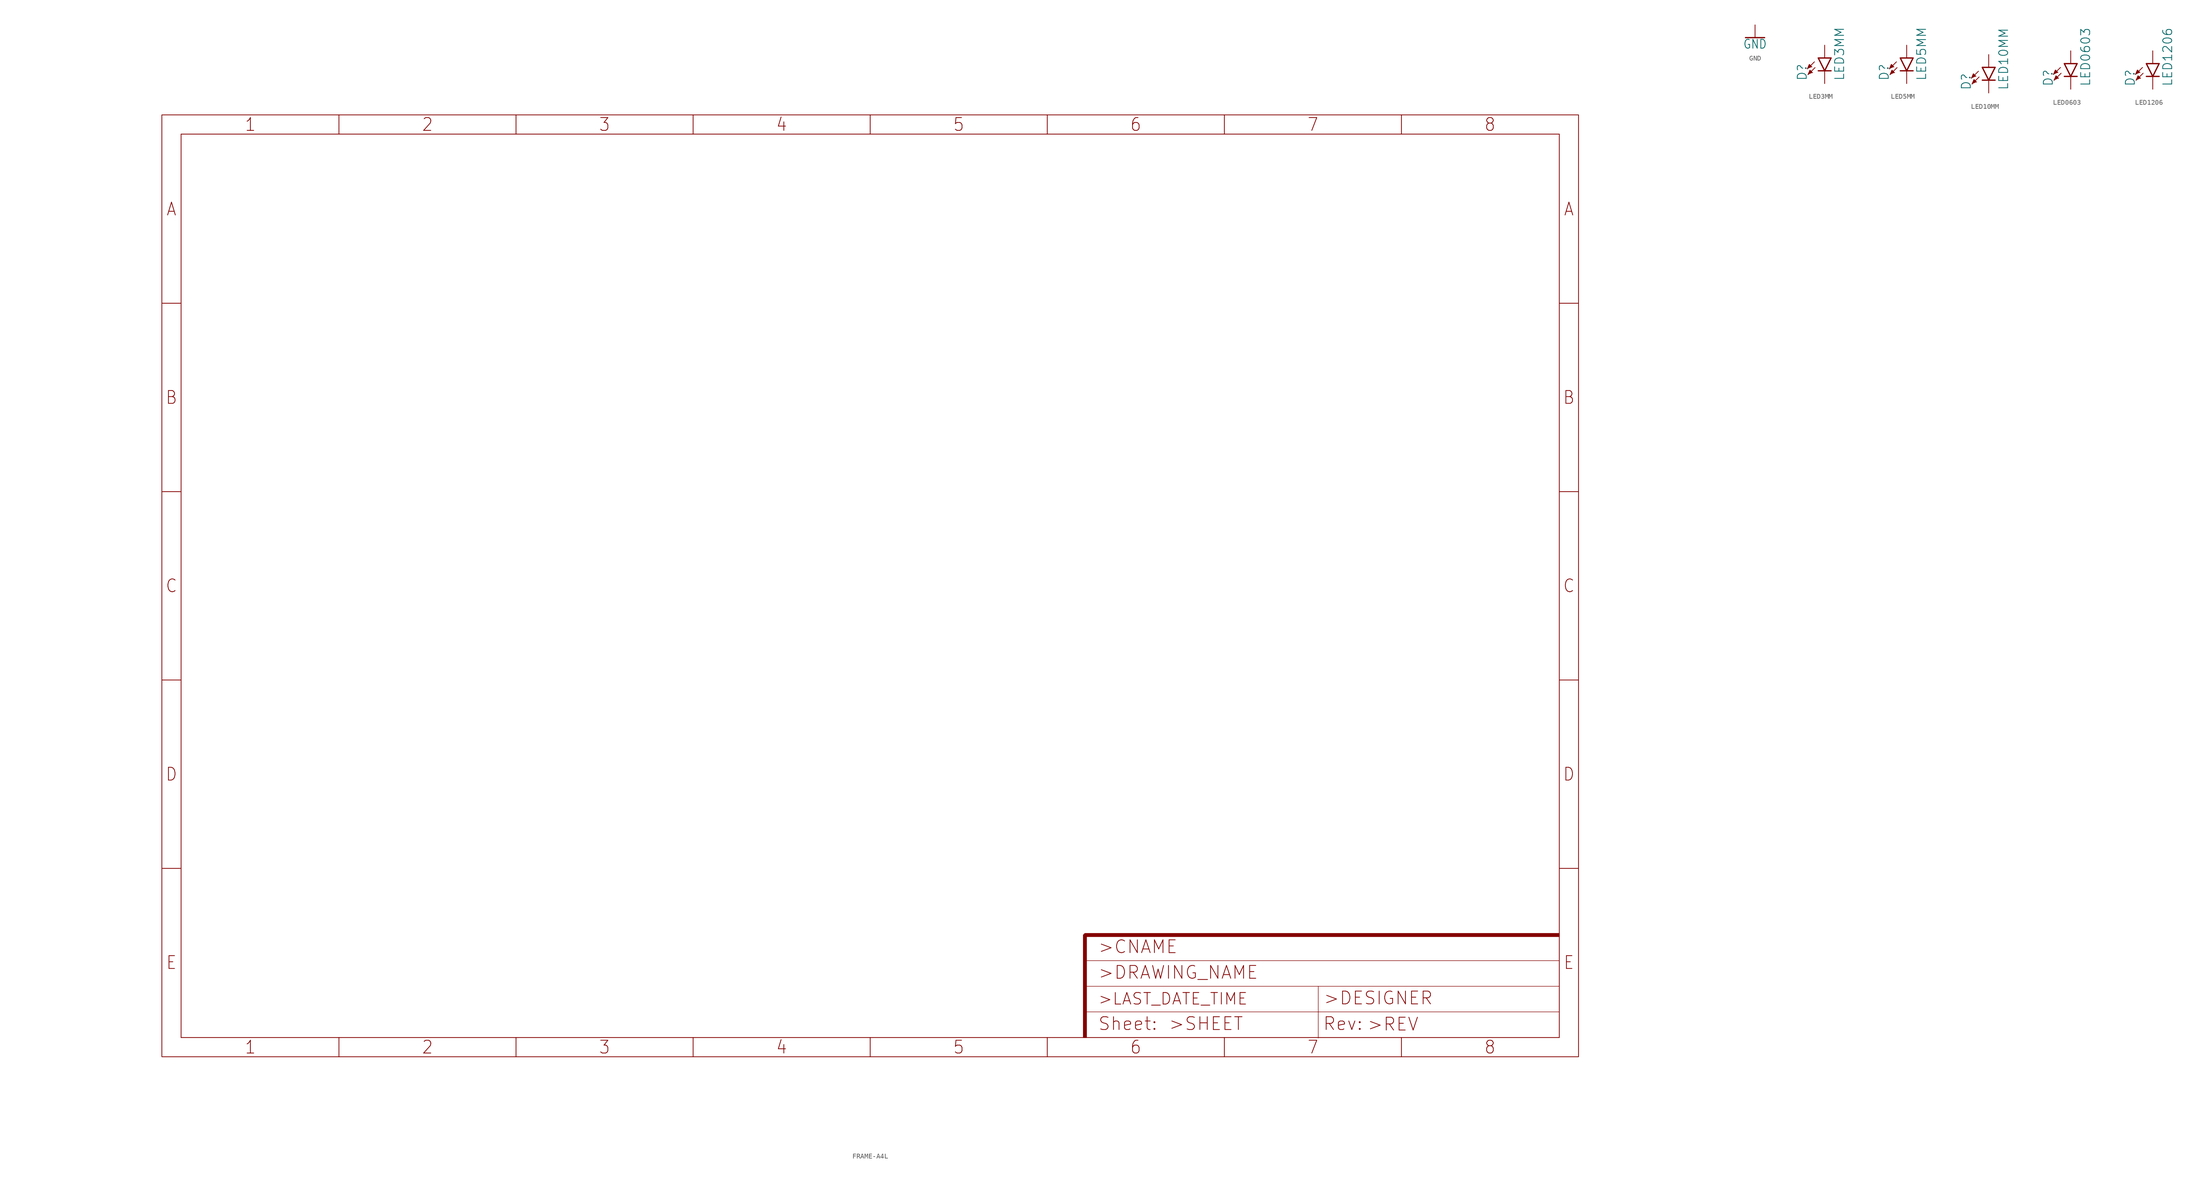
<source format=kicad_sym>
(kicad_symbol_lib
  (version 20211014)
  (generator kicad_symbol_editor)
  (symbol "FRAME-A4L"
    (property "Reference" "#FRAME"
      (at 0 0 0)
      (effects (font (size 1.27 1.27)) hide))
    (property "ki_locked" ""
      (at 0 0 0)
      (effects (font (size 1.27 1.27))))
    (symbol "FRAME-A4L_0_0"
      (polyline (pts (xy -3.81 33.528) (xy 0 33.528)) (stroke (width 0) (type default) (color 0 0 0 0)) (fill (type none)))
      (polyline (pts (xy -3.81 70.866) (xy 0 70.866)) (stroke (width 0) (type default) (color 0 0 0 0)) (fill (type none)))
      (polyline (pts (xy -3.81 108.204) (xy 0 108.204)) (stroke (width 0) (type default) (color 0 0 0 0)) (fill (type none)))
      (polyline (pts (xy -3.81 145.542) (xy 0 145.542)) (stroke (width 0) (type default) (color 0 0 0 0)) (fill (type none)))
      (polyline (pts (xy 0 0) (xy 0 179.07)) (stroke (width 0) (type default) (color 0 0 0 0)) (fill (type none)))
      (polyline (pts (xy 31.274 -3.81) (xy 31.274 0)) (stroke (width 0) (type default) (color 0 0 0 0)) (fill (type none)))
      (polyline (pts (xy 31.274 179.07) (xy 31.274 182.88)) (stroke (width 0) (type default) (color 0 0 0 0)) (fill (type none)))
      (polyline (pts (xy 66.358 -3.81) (xy 66.358 0)) (stroke (width 0) (type default) (color 0 0 0 0)) (fill (type none)))
      (polyline (pts (xy 66.358 179.07) (xy 66.358 182.88)) (stroke (width 0) (type default) (color 0 0 0 0)) (fill (type none)))
      (polyline (pts (xy 101.441 -3.81) (xy 101.441 0)) (stroke (width 0) (type default) (color 0 0 0 0)) (fill (type none)))
      (polyline (pts (xy 101.441 179.07) (xy 101.441 182.88)) (stroke (width 0) (type default) (color 0 0 0 0)) (fill (type none)))
      (polyline (pts (xy 136.525 -3.81) (xy 136.525 0)) (stroke (width 0) (type default) (color 0 0 0 0)) (fill (type none)))
      (polyline (pts (xy 136.525 179.07) (xy 136.525 182.88)) (stroke (width 0) (type default) (color 0 0 0 0)) (fill (type none)))
      (polyline (pts (xy 171.609 -3.81) (xy 171.609 0)) (stroke (width 0) (type default) (color 0 0 0 0)) (fill (type none)))
      (polyline (pts (xy 171.609 179.07) (xy 171.609 182.88)) (stroke (width 0) (type default) (color 0 0 0 0)) (fill (type none)))
      (polyline (pts (xy 206.692 -3.81) (xy 206.692 0)) (stroke (width 0) (type default) (color 0 0 0 0)) (fill (type none)))
      (polyline (pts (xy 206.692 179.07) (xy 206.692 182.88)) (stroke (width 0) (type default) (color 0 0 0 0)) (fill (type none)))
      (polyline (pts (xy 241.776 -3.81) (xy 241.776 0)) (stroke (width 0) (type default) (color 0 0 0 0)) (fill (type none)))
      (polyline (pts (xy 241.776 179.07) (xy 241.776 182.88)) (stroke (width 0) (type default) (color 0 0 0 0)) (fill (type none)))
      (polyline (pts (xy 273.05 0) (xy 0 0)) (stroke (width 0) (type default) (color 0 0 0 0)) (fill (type none)))
      (polyline (pts (xy 273.05 0) (xy 273.05 179.07)) (stroke (width 0) (type default) (color 0 0 0 0)) (fill (type none)))
      (polyline (pts (xy 273.05 33.528) (xy 276.86 33.528)) (stroke (width 0) (type default) (color 0 0 0 0)) (fill (type none)))
      (polyline (pts (xy 273.05 70.866) (xy 276.86 70.866)) (stroke (width 0) (type default) (color 0 0 0 0)) (fill (type none)))
      (polyline (pts (xy 273.05 108.204) (xy 276.86 108.204)) (stroke (width 0) (type default) (color 0 0 0 0)) (fill (type none)))
      (polyline (pts (xy 273.05 145.542) (xy 276.86 145.542)) (stroke (width 0) (type default) (color 0 0 0 0)) (fill (type none)))
      (polyline (pts (xy 273.05 179.07) (xy 0 179.07)) (stroke (width 0) (type default) (color 0 0 0 0)) (fill (type none)))
      (polyline (pts (xy -3.81 -3.81) (xy 276.86 -3.81) (xy 276.86 182.88) (xy -3.81 182.88) (xy -3.81 -3.81)) (stroke (width 0) (type default) (color 0 0 0 0)) (fill (type none)))
      (text "1" (at 13.732 -1.905 0) (effects (font (size 2.54 2.286))))
      (text "1" (at 13.732 180.975 0) (effects (font (size 2.54 2.286))))
      (text "2" (at 48.816 -1.905 0) (effects (font (size 2.54 2.286))))
      (text "2" (at 48.816 180.975 0) (effects (font (size 2.54 2.286))))
      (text "3" (at 83.899 -1.905 0) (effects (font (size 2.54 2.286))))
      (text "3" (at 83.899 180.975 0) (effects (font (size 2.54 2.286))))
      (text "4" (at 118.983 -1.905 0) (effects (font (size 2.54 2.286))))
      (text "4" (at 118.983 180.975 0) (effects (font (size 2.54 2.286))))
      (text "5" (at 154.067 -1.905 0) (effects (font (size 2.54 2.286))))
      (text "5" (at 154.067 180.975 0) (effects (font (size 2.54 2.286))))
      (text "6" (at 189.151 -1.905 0) (effects (font (size 2.54 2.286))))
      (text "6" (at 189.151 180.975 0) (effects (font (size 2.54 2.286))))
      (text "7" (at 224.234 -1.905 0) (effects (font (size 2.54 2.286))))
      (text "7" (at 224.234 180.975 0) (effects (font (size 2.54 2.286))))
      (text "8" (at 259.318 -1.905 0) (effects (font (size 2.54 2.286))))
      (text "8" (at 259.318 180.975 0) (effects (font (size 2.54 2.286))))
      (text "A" (at -1.905 164.211 0) (effects (font (size 2.54 2.286))))
      (text "A" (at 274.955 164.211 0) (effects (font (size 2.54 2.286))))
      (text "B" (at -1.905 126.873 0) (effects (font (size 2.54 2.286))))
      (text "B" (at 274.955 126.873 0) (effects (font (size 2.54 2.286))))
      (text "C" (at -1.905 89.535 0) (effects (font (size 2.54 2.286))))
      (text "C" (at 274.955 89.535 0) (effects (font (size 2.54 2.286))))
      (text "D" (at -1.905 52.197 0) (effects (font (size 2.54 2.286))))
      (text "D" (at 274.955 52.197 0) (effects (font (size 2.54 2.286))))
      (text "E" (at -1.905 14.859 0) (effects (font (size 2.54 2.286))))
      (text "E" (at 274.955 14.859 0) (effects (font (size 2.54 2.286)))))
    (symbol "FRAME-A4L_1_0"
      (polyline (pts (xy 179.07 10.16) (xy 225.29 10.16)) (stroke (width 0.102) (type default) (color 0 0 0 0)) (fill (type none)))
      (polyline (pts (xy 179.07 15.24) (xy 273.05 15.24)) (stroke (width 0.102) (type default) (color 0 0 0 0)) (fill (type none)))
      (polyline (pts (xy 179.07 19.05) (xy 179.07 20.32)) (stroke (width 0.61) (type default) (color 0 0 0 0)) (fill (type none)))
      (polyline (pts (xy 179.07 20.32) (xy 180.34 20.32)) (stroke (width 0.61) (type default) (color 0 0 0 0)) (fill (type none)))
      (polyline (pts (xy 225.29 -0.1) (xy 225.29 5.08)) (stroke (width 0.102) (type default) (color 0 0 0 0)) (fill (type none)))
      (polyline (pts (xy 225.29 5.08) (xy 179.07 5.08)) (stroke (width 0.102) (type default) (color 0 0 0 0)) (fill (type none)))
      (polyline (pts (xy 225.29 5.08) (xy 225.29 10.16)) (stroke (width 0.102) (type default) (color 0 0 0 0)) (fill (type none)))
      (polyline (pts (xy 225.29 5.08) (xy 273.05 5.08)) (stroke (width 0.102) (type default) (color 0 0 0 0)) (fill (type none)))
      (polyline (pts (xy 225.29 10.16) (xy 273.05 10.16)) (stroke (width 0.102) (type default) (color 0 0 0 0)) (fill (type none)))
      (rectangle (start 178.765 0) (end 179.375 20.32) (stroke (width 0) (type default) (color 0 0 0 0)) (fill (type outline)))
      (rectangle (start 179.07 20.625) (end 273.05 20.015) (stroke (width 0) (type default) (color 0 0 0 0)) (fill (type outline)))
      (text ">CNAME" (at 181.61 16.51 0) (effects (font (size 2.54 2.54)) (justify left bottom)))
      (text ">DESIGNER" (at 226.26 6.35 0) (effects (font (size 2.54 2.54)) (justify left bottom)))
      (text ">DRAWING_NAME" (at 181.61 11.43 0) (effects (font (size 2.54 2.54)) (justify left bottom)))
      (text ">LAST_DATE_TIME" (at 181.61 6.35 0) (effects (font (size 2.286 2.286)) (justify left bottom)))
      (text ">REV" (at 234.92 1.17 0) (effects (font (size 2.54 2.54)) (justify left bottom)))
      (text ">SHEET" (at 195.58 1.27 0) (effects (font (size 2.54 2.54)) (justify left bottom)))
      (text "Rev:" (at 226.16 1.27 0) (effects (font (size 2.54 2.54)) (justify left bottom)))
      (text "Sheet:" (at 181.61 1.27 0) (effects (font (size 2.54 2.54)) (justify left bottom)))))
  (symbol "GND"
    (power)
    (property "Reference" "#GND"
      (at 0 0 0)
      (effects (font (size 1.27 1.27)) hide))
    (property "Value" "GND"
      (at 0 -0.254 0)
      (effects (font (size 1.778 1.511)) (justify top)))
    (property "ki_locked" ""
      (at 0 0 0)
      (effects (font (size 1.27 1.27))))
    (symbol "GND_1_0"
      (polyline (pts (xy -1.905 0) (xy 1.905 0)) (stroke (width 0.254) (type default) (color 0 0 0 0)) (fill (type none)))
      (pin power_in line (at 0 2.54 270) (length 2.54) (name "GND" (effects (font (size 0 0)))) (number "1" (effects (font (size 0 0)))))))
  (symbol "LED3MM"
    (property "Reference" "D"
      (at -3.429 -4.572 90)
      (effects (font (size 1.778 1.778)) (justify left bottom)))
    (property "Value" "LED3MM"
      (at 1.905 -4.572 90)
      (effects (font (size 1.778 1.778)) (justify left top)))
    (property "ki_locked" ""
      (at 0 0 0)
      (effects (font (size 1.27 1.27))))
    (symbol "LED3MM_1_0"
      (polyline (pts (xy -2.032 -0.762) (xy -3.429 -2.159)) (stroke (width 0.152) (type default) (color 0 0 0 0)) (fill (type none)))
      (polyline (pts (xy -1.905 -1.905) (xy -3.302 -3.302)) (stroke (width 0.152) (type default) (color 0 0 0 0)) (fill (type none)))
      (polyline (pts (xy 0 -2.54) (xy -1.27 -2.54)) (stroke (width 0.254) (type default) (color 0 0 0 0)) (fill (type none)))
      (polyline (pts (xy 0 -2.54) (xy -1.27 0)) (stroke (width 0.254) (type default) (color 0 0 0 0)) (fill (type none)))
      (polyline (pts (xy 1.27 -2.54) (xy 0 -2.54)) (stroke (width 0.254) (type default) (color 0 0 0 0)) (fill (type none)))
      (polyline (pts (xy 1.27 0) (xy -1.27 0)) (stroke (width 0.254) (type default) (color 0 0 0 0)) (fill (type none)))
      (polyline (pts (xy 1.27 0) (xy 0 -2.54)) (stroke (width 0.254) (type default) (color 0 0 0 0)) (fill (type none)))
      (polyline (pts (xy -3.429 -2.159) (xy -3.048 -1.27) (xy -2.54 -1.778)) (stroke (width 0) (type default) (color 0 0 0 0)) (fill (type outline)))
      (polyline (pts (xy -3.302 -3.302) (xy -2.921 -2.413) (xy -2.413 -2.921)) (stroke (width 0) (type default) (color 0 0 0 0)) (fill (type outline)))
      (pin passive line (at 0 2.54 270) (length 2.54) (name "A" (effects (font (size 0 0)))) (number "A" (effects (font (size 0 0)))))
      (pin passive line (at 0 -5.08 90) (length 2.54) (name "C" (effects (font (size 0 0)))) (number "K" (effects (font (size 0 0)))))))
  (symbol "LED5MM"
    (property "Reference" "D"
      (at -3.429 -4.572 90)
      (effects (font (size 1.778 1.778)) (justify left bottom)))
    (property "Value" "LED5MM"
      (at 1.905 -4.572 90)
      (effects (font (size 1.778 1.778)) (justify left top)))
    (property "ki_locked" ""
      (at 0 0 0)
      (effects (font (size 1.27 1.27))))
    (symbol "LED5MM_1_0"
      (polyline (pts (xy -2.032 -0.762) (xy -3.429 -2.159)) (stroke (width 0.152) (type default) (color 0 0 0 0)) (fill (type none)))
      (polyline (pts (xy -1.905 -1.905) (xy -3.302 -3.302)) (stroke (width 0.152) (type default) (color 0 0 0 0)) (fill (type none)))
      (polyline (pts (xy 0 -2.54) (xy -1.27 -2.54)) (stroke (width 0.254) (type default) (color 0 0 0 0)) (fill (type none)))
      (polyline (pts (xy 0 -2.54) (xy -1.27 0)) (stroke (width 0.254) (type default) (color 0 0 0 0)) (fill (type none)))
      (polyline (pts (xy 1.27 -2.54) (xy 0 -2.54)) (stroke (width 0.254) (type default) (color 0 0 0 0)) (fill (type none)))
      (polyline (pts (xy 1.27 0) (xy -1.27 0)) (stroke (width 0.254) (type default) (color 0 0 0 0)) (fill (type none)))
      (polyline (pts (xy 1.27 0) (xy 0 -2.54)) (stroke (width 0.254) (type default) (color 0 0 0 0)) (fill (type none)))
      (polyline (pts (xy -3.429 -2.159) (xy -3.048 -1.27) (xy -2.54 -1.778)) (stroke (width 0) (type default) (color 0 0 0 0)) (fill (type outline)))
      (polyline (pts (xy -3.302 -3.302) (xy -2.921 -2.413) (xy -2.413 -2.921)) (stroke (width 0) (type default) (color 0 0 0 0)) (fill (type outline)))
      (pin passive line (at 0 2.54 270) (length 2.54) (name "A" (effects (font (size 0 0)))) (number "A" (effects (font (size 0 0)))))
      (pin passive line (at 0 -5.08 90) (length 2.54) (name "C" (effects (font (size 0 0)))) (number "K" (effects (font (size 0 0)))))))
  (symbol "LED10MM"
    (property "Reference" "D"
      (at -3.429 -4.572 90)
      (effects (font (size 1.778 1.778)) (justify left bottom)))
    (property "Value" "LED10MM"
      (at 1.905 -4.572 90)
      (effects (font (size 1.778 1.778)) (justify left top)))
    (property "ki_locked" ""
      (at 0 0 0)
      (effects (font (size 1.27 1.27))))
    (symbol "LED10MM_1_0"
      (polyline (pts (xy -2.032 -0.762) (xy -3.429 -2.159)) (stroke (width 0.152) (type default) (color 0 0 0 0)) (fill (type none)))
      (polyline (pts (xy -1.905 -1.905) (xy -3.302 -3.302)) (stroke (width 0.152) (type default) (color 0 0 0 0)) (fill (type none)))
      (polyline (pts (xy 0 -2.54) (xy -1.27 -2.54)) (stroke (width 0.254) (type default) (color 0 0 0 0)) (fill (type none)))
      (polyline (pts (xy 0 -2.54) (xy -1.27 0)) (stroke (width 0.254) (type default) (color 0 0 0 0)) (fill (type none)))
      (polyline (pts (xy 1.27 -2.54) (xy 0 -2.54)) (stroke (width 0.254) (type default) (color 0 0 0 0)) (fill (type none)))
      (polyline (pts (xy 1.27 0) (xy -1.27 0)) (stroke (width 0.254) (type default) (color 0 0 0 0)) (fill (type none)))
      (polyline (pts (xy 1.27 0) (xy 0 -2.54)) (stroke (width 0.254) (type default) (color 0 0 0 0)) (fill (type none)))
      (polyline (pts (xy -3.429 -2.159) (xy -3.048 -1.27) (xy -2.54 -1.778)) (stroke (width 0) (type default) (color 0 0 0 0)) (fill (type outline)))
      (polyline (pts (xy -3.302 -3.302) (xy -2.921 -2.413) (xy -2.413 -2.921)) (stroke (width 0) (type default) (color 0 0 0 0)) (fill (type outline)))
      (pin passive line (at 0 2.54 270) (length 2.54) (name "A" (effects (font (size 0 0)))) (number "A" (effects (font (size 0 0)))))
      (pin passive line (at 0 -5.08 90) (length 2.54) (name "C" (effects (font (size 0 0)))) (number "C" (effects (font (size 0 0)))))))
  (symbol "LED0603"
    (property "Reference" "D"
      (at -3.429 -4.572 90)
      (effects (font (size 1.778 1.778)) (justify left bottom)))
    (property "Value" "LED0603"
      (at 1.905 -4.572 90)
      (effects (font (size 1.778 1.778)) (justify left top)))
    (property "ki_locked" ""
      (at 0 0 0)
      (effects (font (size 1.27 1.27))))
    (symbol "LED0603_1_0"
      (polyline (pts (xy -2.032 -0.762) (xy -3.429 -2.159)) (stroke (width 0.152) (type default) (color 0 0 0 0)) (fill (type none)))
      (polyline (pts (xy -1.905 -1.905) (xy -3.302 -3.302)) (stroke (width 0.152) (type default) (color 0 0 0 0)) (fill (type none)))
      (polyline (pts (xy 0 -2.54) (xy -1.27 -2.54)) (stroke (width 0.254) (type default) (color 0 0 0 0)) (fill (type none)))
      (polyline (pts (xy 0 -2.54) (xy -1.27 0)) (stroke (width 0.254) (type default) (color 0 0 0 0)) (fill (type none)))
      (polyline (pts (xy 1.27 -2.54) (xy 0 -2.54)) (stroke (width 0.254) (type default) (color 0 0 0 0)) (fill (type none)))
      (polyline (pts (xy 1.27 0) (xy -1.27 0)) (stroke (width 0.254) (type default) (color 0 0 0 0)) (fill (type none)))
      (polyline (pts (xy 1.27 0) (xy 0 -2.54)) (stroke (width 0.254) (type default) (color 0 0 0 0)) (fill (type none)))
      (polyline (pts (xy -3.429 -2.159) (xy -3.048 -1.27) (xy -2.54 -1.778)) (stroke (width 0) (type default) (color 0 0 0 0)) (fill (type outline)))
      (polyline (pts (xy -3.302 -3.302) (xy -2.921 -2.413) (xy -2.413 -2.921)) (stroke (width 0) (type default) (color 0 0 0 0)) (fill (type outline)))
      (pin passive line (at 0 2.54 270) (length 2.54) (name "A" (effects (font (size 0 0)))) (number "A" (effects (font (size 0 0)))))
      (pin passive line (at 0 -5.08 90) (length 2.54) (name "C" (effects (font (size 0 0)))) (number "C" (effects (font (size 0 0)))))))
  (symbol "LED1206"
    (property "Reference" "D"
      (at -3.429 -4.572 90)
      (effects (font (size 1.778 1.778)) (justify left bottom)))
    (property "Value" "LED1206"
      (at 1.905 -4.572 90)
      (effects (font (size 1.778 1.778)) (justify left top)))
    (property "ki_locked" ""
      (at 0 0 0)
      (effects (font (size 1.27 1.27))))
    (symbol "LED1206_1_0"
      (polyline (pts (xy -2.032 -0.762) (xy -3.429 -2.159)) (stroke (width 0.152) (type default) (color 0 0 0 0)) (fill (type none)))
      (polyline (pts (xy -1.905 -1.905) (xy -3.302 -3.302)) (stroke (width 0.152) (type default) (color 0 0 0 0)) (fill (type none)))
      (polyline (pts (xy 0 -2.54) (xy -1.27 -2.54)) (stroke (width 0.254) (type default) (color 0 0 0 0)) (fill (type none)))
      (polyline (pts (xy 0 -2.54) (xy -1.27 0)) (stroke (width 0.254) (type default) (color 0 0 0 0)) (fill (type none)))
      (polyline (pts (xy 1.27 -2.54) (xy 0 -2.54)) (stroke (width 0.254) (type default) (color 0 0 0 0)) (fill (type none)))
      (polyline (pts (xy 1.27 0) (xy -1.27 0)) (stroke (width 0.254) (type default) (color 0 0 0 0)) (fill (type none)))
      (polyline (pts (xy 1.27 0) (xy 0 -2.54)) (stroke (width 0.254) (type default) (color 0 0 0 0)) (fill (type none)))
      (polyline (pts (xy -3.429 -2.159) (xy -3.048 -1.27) (xy -2.54 -1.778)) (stroke (width 0) (type default) (color 0 0 0 0)) (fill (type outline)))
      (polyline (pts (xy -3.302 -3.302) (xy -2.921 -2.413) (xy -2.413 -2.921)) (stroke (width 0) (type default) (color 0 0 0 0)) (fill (type outline)))
      (pin passive line (at 0 2.54 270) (length 2.54) (name "A" (effects (font (size 0 0)))) (number "A" (effects (font (size 0 0)))))
      (pin passive line (at 0 -5.08 90) (length 2.54) (name "C" (effects (font (size 0 0)))) (number "C" (effects (font (size 0 0))))))))
</source>
